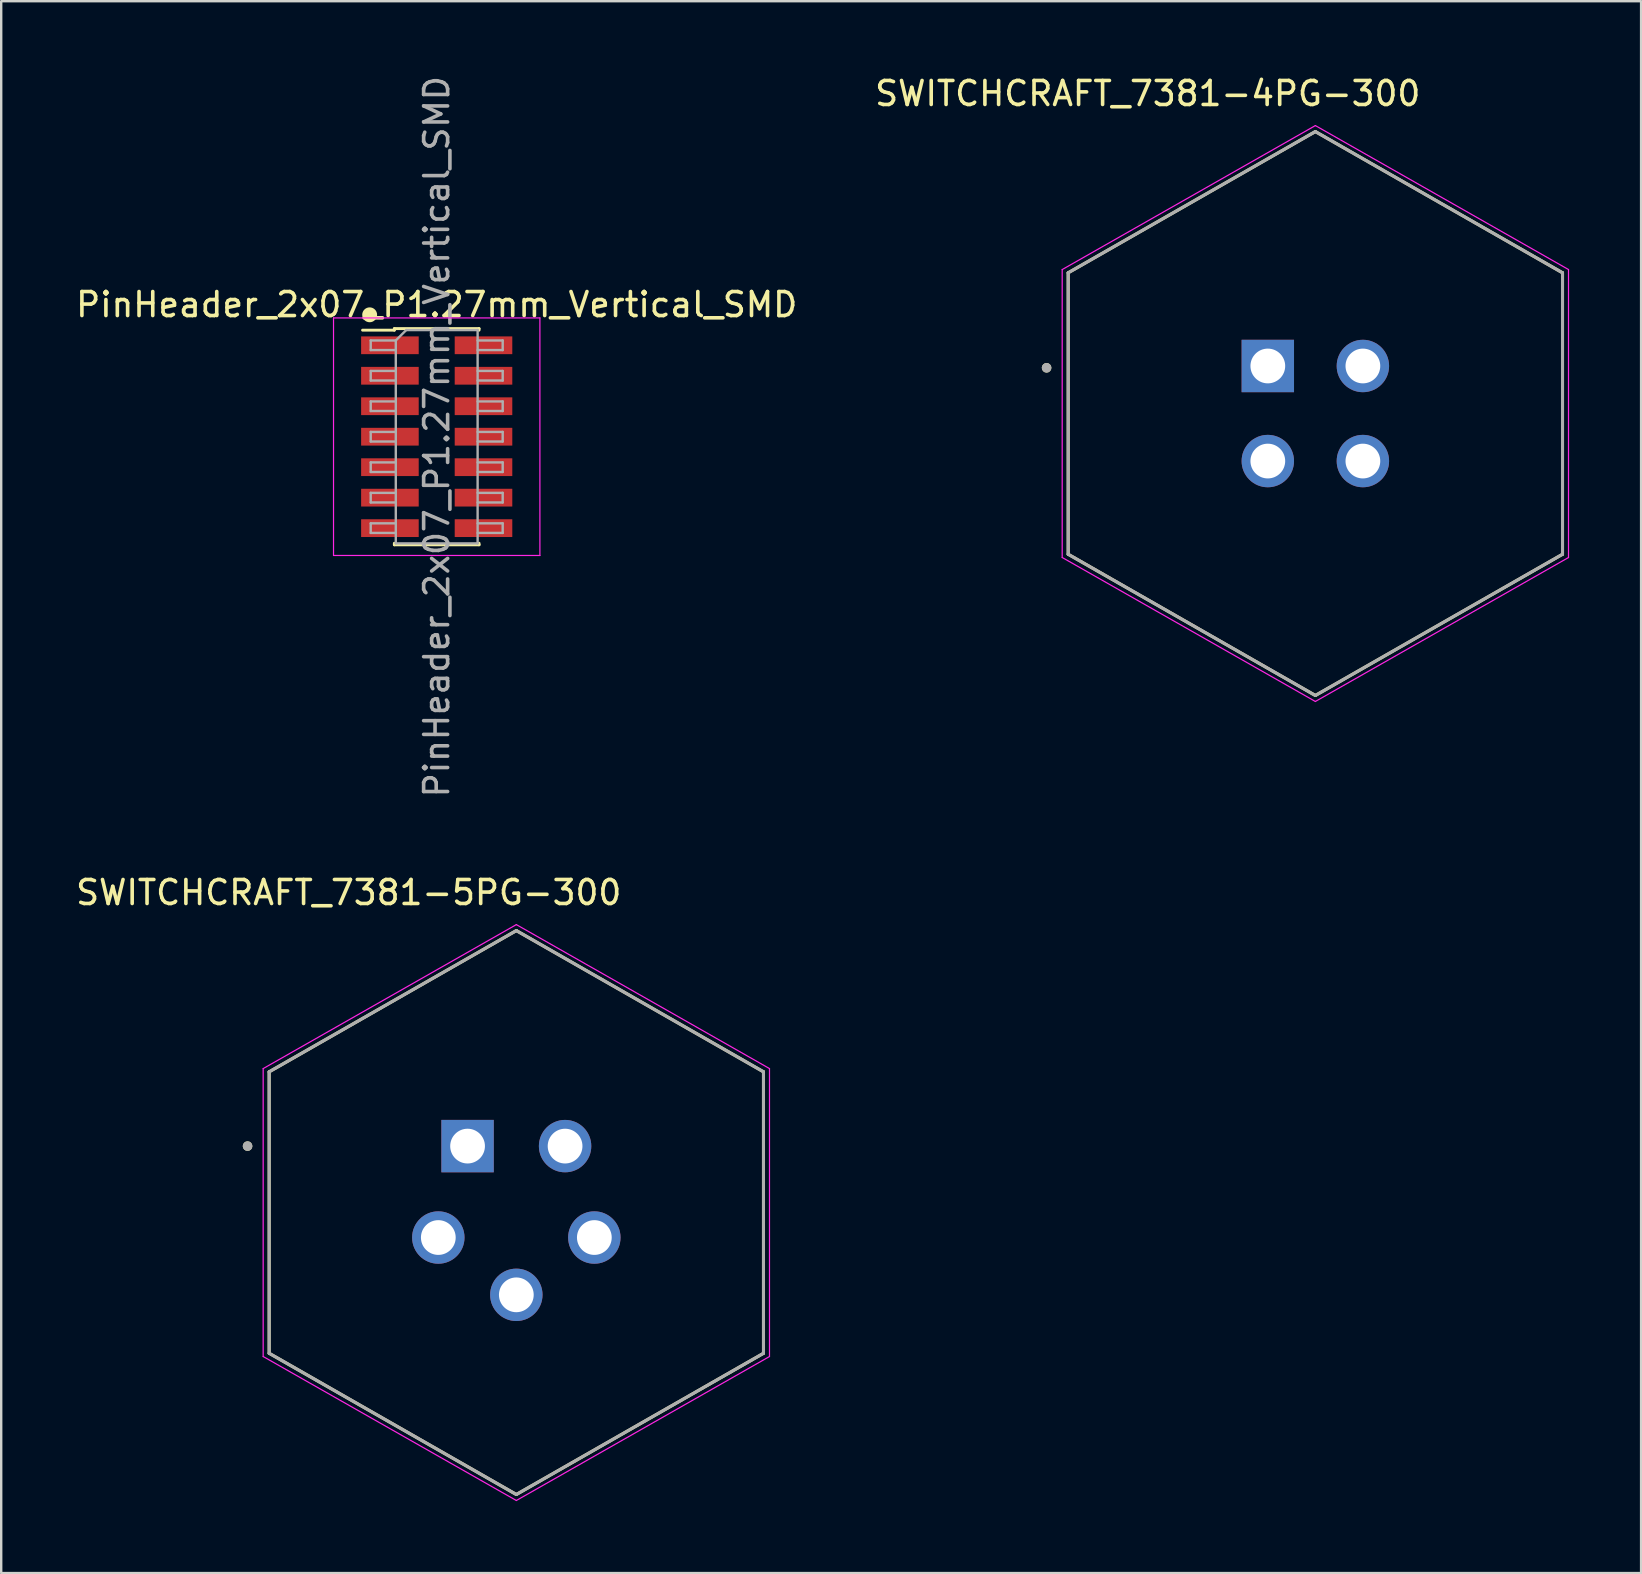
<source format=kicad_pcb>
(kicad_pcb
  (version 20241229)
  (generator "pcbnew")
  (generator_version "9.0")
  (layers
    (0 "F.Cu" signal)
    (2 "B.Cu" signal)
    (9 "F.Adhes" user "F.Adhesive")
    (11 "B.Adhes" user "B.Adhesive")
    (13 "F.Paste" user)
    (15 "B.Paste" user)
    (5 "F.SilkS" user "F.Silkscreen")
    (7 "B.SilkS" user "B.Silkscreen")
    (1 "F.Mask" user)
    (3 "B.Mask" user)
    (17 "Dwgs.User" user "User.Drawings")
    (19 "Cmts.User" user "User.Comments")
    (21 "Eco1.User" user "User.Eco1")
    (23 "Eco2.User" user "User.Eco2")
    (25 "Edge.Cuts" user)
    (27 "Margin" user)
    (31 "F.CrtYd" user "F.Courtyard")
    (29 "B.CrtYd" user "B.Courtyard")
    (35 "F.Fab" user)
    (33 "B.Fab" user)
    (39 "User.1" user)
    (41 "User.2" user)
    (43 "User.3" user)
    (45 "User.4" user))
  (footprint "PinHeader_2x07_P1.27mm_Vertical_SMD"
    (layer "F.Cu")
    (at 15.149 15.149)
    (property "Reference" "PinHeader_2x07_P1.27mm_Vertical_SMD" (at 0 -5.505 0) (layer "F.SilkS") (effects (font (size 1 1) (thickness 0.15))))
    (attr smd)
    (fp_line (start -3.09 -4.44) (end -1.765 -4.44) (stroke (width 0.12) (type solid)) (layer "F.SilkS"))
    (fp_line (start -1.765 -4.505) (end -1.765 -4.44) (stroke (width 0.12) (type solid)) (layer "F.SilkS"))
    (fp_line (start -1.765 -4.505) (end 1.765 -4.505) (stroke (width 0.12) (type solid)) (layer "F.SilkS"))
    (fp_line (start -1.765 4.44) (end -1.765 4.505) (stroke (width 0.12) (type solid)) (layer "F.SilkS"))
    (fp_line (start -1.765 4.505) (end 1.765 4.505) (stroke (width 0.12) (type solid)) (layer "F.SilkS"))
    (fp_line (start 1.765 -4.505) (end 1.765 -4.44) (stroke (width 0.12) (type solid)) (layer "F.SilkS"))
    (fp_line (start 1.765 4.44) (end 1.765 4.505) (stroke (width 0.12) (type solid)) (layer "F.SilkS"))
    (fp_circle (center -2.794 -5.08) (end -2.544 -5.08) (stroke (width 0.12) (type solid)) (fill yes) (layer "F.SilkS"))
    (fp_line (start -4.3 -4.95) (end -4.3 4.95) (stroke (width 0.05) (type solid)) (layer "F.CrtYd"))
    (fp_line (start -4.3 4.95) (end 4.3 4.95) (stroke (width 0.05) (type solid)) (layer "F.CrtYd"))
    (fp_line (start 4.3 -4.95) (end -4.3 -4.95) (stroke (width 0.05) (type solid)) (layer "F.CrtYd"))
    (fp_line (start 4.3 4.95) (end 4.3 -4.95) (stroke (width 0.05) (type solid)) (layer "F.CrtYd"))
    (fp_line (start -2.75 -4.01) (end -2.75 -3.61) (stroke (width 0.1) (type solid)) (layer "F.Fab"))
    (fp_line (start -2.75 -3.61) (end -1.705 -3.61) (stroke (width 0.1) (type solid)) (layer "F.Fab"))
    (fp_line (start -2.75 -2.74) (end -2.75 -2.34) (stroke (width 0.1) (type solid)) (layer "F.Fab"))
    (fp_line (start -2.75 -2.34) (end -1.705 -2.34) (stroke (width 0.1) (type solid)) (layer "F.Fab"))
    (fp_line (start -2.75 -1.47) (end -2.75 -1.07) (stroke (width 0.1) (type solid)) (layer "F.Fab"))
    (fp_line (start -2.75 -1.07) (end -1.705 -1.07) (stroke (width 0.1) (type solid)) (layer "F.Fab"))
    (fp_line (start -2.75 -0.2) (end -2.75 0.2) (stroke (width 0.1) (type solid)) (layer "F.Fab"))
    (fp_line (start -2.75 0.2) (end -1.705 0.2) (stroke (width 0.1) (type solid)) (layer "F.Fab"))
    (fp_line (start -2.75 1.07) (end -2.75 1.47) (stroke (width 0.1) (type solid)) (layer "F.Fab"))
    (fp_line (start -2.75 1.47) (end -1.705 1.47) (stroke (width 0.1) (type solid)) (layer "F.Fab"))
    (fp_line (start -2.75 2.34) (end -2.75 2.74) (stroke (width 0.1) (type solid)) (layer "F.Fab"))
    (fp_line (start -2.75 2.74) (end -1.705 2.74) (stroke (width 0.1) (type solid)) (layer "F.Fab"))
    (fp_line (start -2.75 3.61) (end -2.75 4.01) (stroke (width 0.1) (type solid)) (layer "F.Fab"))
    (fp_line (start -2.75 4.01) (end -1.705 4.01) (stroke (width 0.1) (type solid)) (layer "F.Fab"))
    (fp_line (start -1.705 -4.01) (end -2.75 -4.01) (stroke (width 0.1) (type solid)) (layer "F.Fab"))
    (fp_line (start -1.705 -4.01) (end -1.27 -4.445) (stroke (width 0.1) (type solid)) (layer "F.Fab"))
    (fp_line (start -1.705 -2.74) (end -2.75 -2.74) (stroke (width 0.1) (type solid)) (layer "F.Fab"))
    (fp_line (start -1.705 -1.47) (end -2.75 -1.47) (stroke (width 0.1) (type solid)) (layer "F.Fab"))
    (fp_line (start -1.705 -0.2) (end -2.75 -0.2) (stroke (width 0.1) (type solid)) (layer "F.Fab"))
    (fp_line (start -1.705 1.07) (end -2.75 1.07) (stroke (width 0.1) (type solid)) (layer "F.Fab"))
    (fp_line (start -1.705 2.34) (end -2.75 2.34) (stroke (width 0.1) (type solid)) (layer "F.Fab"))
    (fp_line (start -1.705 3.61) (end -2.75 3.61) (stroke (width 0.1) (type solid)) (layer "F.Fab"))
    (fp_line (start -1.705 4.445) (end -1.705 -4.01) (stroke (width 0.1) (type solid)) (layer "F.Fab"))
    (fp_line (start -1.27 -4.445) (end 1.705 -4.445) (stroke (width 0.1) (type solid)) (layer "F.Fab"))
    (fp_line (start 1.705 -4.445) (end 1.705 4.445) (stroke (width 0.1) (type solid)) (layer "F.Fab"))
    (fp_line (start 1.705 -4.01) (end 2.75 -4.01) (stroke (width 0.1) (type solid)) (layer "F.Fab"))
    (fp_line (start 1.705 -2.74) (end 2.75 -2.74) (stroke (width 0.1) (type solid)) (layer "F.Fab"))
    (fp_line (start 1.705 -1.47) (end 2.75 -1.47) (stroke (width 0.1) (type solid)) (layer "F.Fab"))
    (fp_line (start 1.705 -0.2) (end 2.75 -0.2) (stroke (width 0.1) (type solid)) (layer "F.Fab"))
    (fp_line (start 1.705 1.07) (end 2.75 1.07) (stroke (width 0.1) (type solid)) (layer "F.Fab"))
    (fp_line (start 1.705 2.34) (end 2.75 2.34) (stroke (width 0.1) (type solid)) (layer "F.Fab"))
    (fp_line (start 1.705 3.61) (end 2.75 3.61) (stroke (width 0.1) (type solid)) (layer "F.Fab"))
    (fp_line (start 1.705 4.445) (end -1.705 4.445) (stroke (width 0.1) (type solid)) (layer "F.Fab"))
    (fp_line (start 2.75 -4.01) (end 2.75 -3.61) (stroke (width 0.1) (type solid)) (layer "F.Fab"))
    (fp_line (start 2.75 -3.61) (end 1.705 -3.61) (stroke (width 0.1) (type solid)) (layer "F.Fab"))
    (fp_line (start 2.75 -2.74) (end 2.75 -2.34) (stroke (width 0.1) (type solid)) (layer "F.Fab"))
    (fp_line (start 2.75 -2.34) (end 1.705 -2.34) (stroke (width 0.1) (type solid)) (layer "F.Fab"))
    (fp_line (start 2.75 -1.47) (end 2.75 -1.07) (stroke (width 0.1) (type solid)) (layer "F.Fab"))
    (fp_line (start 2.75 -1.07) (end 1.705 -1.07) (stroke (width 0.1) (type solid)) (layer "F.Fab"))
    (fp_line (start 2.75 -0.2) (end 2.75 0.2) (stroke (width 0.1) (type solid)) (layer "F.Fab"))
    (fp_line (start 2.75 0.2) (end 1.705 0.2) (stroke (width 0.1) (type solid)) (layer "F.Fab"))
    (fp_line (start 2.75 1.07) (end 2.75 1.47) (stroke (width 0.1) (type solid)) (layer "F.Fab"))
    (fp_line (start 2.75 1.47) (end 1.705 1.47) (stroke (width 0.1) (type solid)) (layer "F.Fab"))
    (fp_line (start 2.75 2.34) (end 2.75 2.74) (stroke (width 0.1) (type solid)) (layer "F.Fab"))
    (fp_line (start 2.75 2.74) (end 1.705 2.74) (stroke (width 0.1) (type solid)) (layer "F.Fab"))
    (fp_line (start 2.75 3.61) (end 2.75 4.01) (stroke (width 0.1) (type solid)) (layer "F.Fab"))
    (fp_line (start 2.75 4.01) (end 1.705 4.01) (stroke (width 0.1) (type solid)) (layer "F.Fab"))
    (fp_text user "${REFERENCE}" (at 0 0 90) (layer "F.Fab") (effects (font (size 1 1) (thickness 0.15))))
    (pad "1" smd rect (at -1.95 -3.81) (size 2.4 0.74) (layers "F.Cu" "F.Mask" "F.Paste"))
    (pad "2" smd rect (at 1.95 -3.81) (size 2.4 0.74) (layers "F.Cu" "F.Mask" "F.Paste"))
    (pad "3" smd rect (at -1.95 -2.54) (size 2.4 0.74) (layers "F.Cu" "F.Mask" "F.Paste"))
    (pad "4" smd rect (at 1.95 -2.54) (size 2.4 0.74) (layers "F.Cu" "F.Mask" "F.Paste"))
    (pad "5" smd rect (at -1.95 -1.27) (size 2.4 0.74) (layers "F.Cu" "F.Mask" "F.Paste"))
    (pad "6" smd rect (at 1.95 -1.27) (size 2.4 0.74) (layers "F.Cu" "F.Mask" "F.Paste"))
    (pad "7" smd rect (at -1.95 0) (size 2.4 0.74) (layers "F.Cu" "F.Mask" "F.Paste"))
    (pad "8" smd rect (at 1.95 0) (size 2.4 0.74) (layers "F.Cu" "F.Mask" "F.Paste"))
    (pad "9" smd rect (at -1.95 1.27) (size 2.4 0.74) (layers "F.Cu" "F.Mask" "F.Paste"))
    (pad "10" smd rect (at 1.95 1.27) (size 2.4 0.74) (layers "F.Cu" "F.Mask" "F.Paste"))
    (pad "11" smd rect (at -1.95 2.54) (size 2.4 0.74) (layers "F.Cu" "F.Mask" "F.Paste"))
    (pad "12" smd rect (at 1.95 2.54) (size 2.4 0.74) (layers "F.Cu" "F.Mask" "F.Paste"))
    (pad "13" smd rect (at -1.95 3.81) (size 2.4 0.74) (layers "F.Cu" "F.Mask" "F.Paste"))
    (pad "14" smd rect (at 1.95 3.81) (size 2.4 0.74) (layers "F.Cu" "F.Mask" "F.Paste")))
  (footprint "SWITCHCRAFT_7381-4PG-300"
    (layer "F.Cu")
    (at 51.765 14.183)
    (property "Reference" "SWITCHCRAFT_7381-4PG-300" (at -6.985 -13.335 0) (layer "F.SilkS") (effects (font (size 1 1) (thickness 0.15))))
    (attr through_hole)
    (fp_line (start -10.3 -5.865) (end -10.3 5.865) (stroke (width 0.127) (type solid)) (layer "F.SilkS"))
    (fp_line (start -10.3 5.865) (end 0 11.75) (stroke (width 0.127) (type solid)) (layer "F.SilkS"))
    (fp_line (start 0 -11.75) (end -10.3 -5.865) (stroke (width 0.127) (type solid)) (layer "F.SilkS"))
    (fp_line (start 0 11.75) (end 10.3 5.865) (stroke (width 0.127) (type solid)) (layer "F.SilkS"))
    (fp_line (start 10.3 -5.865) (end 0 -11.75) (stroke (width 0.127) (type solid)) (layer "F.SilkS"))
    (fp_line (start 10.3 5.865) (end 10.3 -5.865) (stroke (width 0.127) (type solid)) (layer "F.SilkS"))
    (fp_circle (center -11.2 -1.905) (end -11.1 -1.905) (stroke (width 0.2) (type solid)) (fill no) (layer "F.SilkS"))
    (fp_line (start -10.55 -6) (end 0 -12) (stroke (width 0.05) (type solid)) (layer "F.CrtYd"))
    (fp_line (start -10.55 6) (end -10.55 -6) (stroke (width 0.05) (type solid)) (layer "F.CrtYd"))
    (fp_line (start 0 -12) (end 10.55 -6) (stroke (width 0.05) (type solid)) (layer "F.CrtYd"))
    (fp_line (start 0 12) (end -10.55 6) (stroke (width 0.05) (type solid)) (layer "F.CrtYd"))
    (fp_line (start 10.55 -6) (end 10.55 6) (stroke (width 0.05) (type solid)) (layer "F.CrtYd"))
    (fp_line (start 10.55 6) (end 0 12) (stroke (width 0.05) (type solid)) (layer "F.CrtYd"))
    (fp_line (start -10.3 -5.865) (end -10.3 5.865) (stroke (width 0.127) (type solid)) (layer "F.Fab"))
    (fp_line (start -10.3 5.865) (end 0 11.75) (stroke (width 0.127) (type solid)) (layer "F.Fab"))
    (fp_line (start 0 -11.75) (end -10.3 -5.865) (stroke (width 0.127) (type solid)) (layer "F.Fab"))
    (fp_line (start 0 11.75) (end 10.3 5.865) (stroke (width 0.127) (type solid)) (layer "F.Fab"))
    (fp_line (start 10.3 -5.865) (end 0 -11.75) (stroke (width 0.127) (type solid)) (layer "F.Fab"))
    (fp_line (start 10.3 5.865) (end 10.3 -5.865) (stroke (width 0.127) (type solid)) (layer "F.Fab"))
    (fp_circle (center -11.2 -1.905) (end -11.1 -1.905) (stroke (width 0.2) (type solid)) (fill no) (layer "F.Fab"))
    (pad "1" thru_hole rect (at -1.981 -1.981) (size 2.184 2.184) (drill 1.448) (layers "*.Cu" "*.Mask"))
    (pad "2" thru_hole circle (at -1.981 1.981) (size 2.184 2.184) (drill 1.448) (layers "*.Cu" "*.Mask"))
    (pad "3" thru_hole circle (at 1.981 1.981) (size 2.184 2.184) (drill 1.448) (layers "*.Cu" "*.Mask"))
    (pad "4" thru_hole circle (at 1.981 -1.981) (size 2.184 2.184) (drill 1.448) (layers "*.Cu" "*.Mask")))
  (footprint "SWITCHCRAFT_7381-5PG-300"
    (layer "F.Cu")
    (at 18.467 47.481)
    (property "Reference" "SWITCHCRAFT_7381-5PG-300" (at -6.985 -13.335 0) (layer "F.SilkS") (effects (font (size 1 1) (thickness 0.15))))
    (attr through_hole)
    (fp_line (start -10.3 -5.865) (end -10.3 5.865) (stroke (width 0.127) (type solid)) (layer "F.SilkS"))
    (fp_line (start -10.3 5.865) (end 0 11.75) (stroke (width 0.127) (type solid)) (layer "F.SilkS"))
    (fp_line (start 0 -11.75) (end -10.3 -5.865) (stroke (width 0.127) (type solid)) (layer "F.SilkS"))
    (fp_line (start 0 11.75) (end 10.3 5.865) (stroke (width 0.127) (type solid)) (layer "F.SilkS"))
    (fp_line (start 10.3 -5.865) (end 0 -11.75) (stroke (width 0.127) (type solid)) (layer "F.SilkS"))
    (fp_line (start 10.3 5.865) (end 10.3 -5.865) (stroke (width 0.127) (type solid)) (layer "F.SilkS"))
    (fp_circle (center -11.2 -2.769) (end -11.1 -2.769) (stroke (width 0.2) (type solid)) (fill no) (layer "F.SilkS"))
    (fp_line (start -10.55 -6) (end 0 -12) (stroke (width 0.05) (type solid)) (layer "F.CrtYd"))
    (fp_line (start -10.55 6) (end -10.55 -6) (stroke (width 0.05) (type solid)) (layer "F.CrtYd"))
    (fp_line (start 0 -12) (end 10.55 -6) (stroke (width 0.05) (type solid)) (layer "F.CrtYd"))
    (fp_line (start 0 12) (end -10.55 6) (stroke (width 0.05) (type solid)) (layer "F.CrtYd"))
    (fp_line (start 10.55 -6) (end 10.55 6) (stroke (width 0.05) (type solid)) (layer "F.CrtYd"))
    (fp_line (start 10.55 6) (end 0 12) (stroke (width 0.05) (type solid)) (layer "F.CrtYd"))
    (fp_line (start -10.3 -5.865) (end -10.3 5.865) (stroke (width 0.127) (type solid)) (layer "F.Fab"))
    (fp_line (start -10.3 5.865) (end 0 11.75) (stroke (width 0.127) (type solid)) (layer "F.Fab"))
    (fp_line (start 0 -11.75) (end -10.3 -5.865) (stroke (width 0.127) (type solid)) (layer "F.Fab"))
    (fp_line (start 0 11.75) (end 10.3 5.865) (stroke (width 0.127) (type solid)) (layer "F.Fab"))
    (fp_line (start 10.3 -5.865) (end 0 -11.75) (stroke (width 0.127) (type solid)) (layer "F.Fab"))
    (fp_line (start 10.3 5.865) (end 10.3 -5.865) (stroke (width 0.127) (type solid)) (layer "F.Fab"))
    (fp_circle (center -11.2 -2.769) (end -11.1 -2.769) (stroke (width 0.2) (type solid)) (fill no) (layer "F.Fab"))
    (pad "1" thru_hole rect (at -2.032 -2.769) (size 2.184 2.184) (drill 1.448) (layers "*.Cu" "*.Mask"))
    (pad "2" thru_hole circle (at -3.251 1.041) (size 2.184 2.184) (drill 1.448) (layers "*.Cu" "*.Mask"))
    (pad "3" thru_hole circle (at 0 3.429) (size 2.184 2.184) (drill 1.448) (layers "*.Cu" "*.Mask"))
    (pad "4" thru_hole circle (at 3.251 1.041) (size 2.184 2.184) (drill 1.448) (layers "*.Cu" "*.Mask"))
    (pad "5" thru_hole circle (at 2.032 -2.769) (size 2.184 2.184) (drill 1.448) (layers "*.Cu" "*.Mask")))
  (gr_rect
    (start -3 -3)
    (end 65.34 62.506)
    (stroke (width 0.1) (type default))
    (fill no)
    (layer "Edge.Cuts")))
</source>
